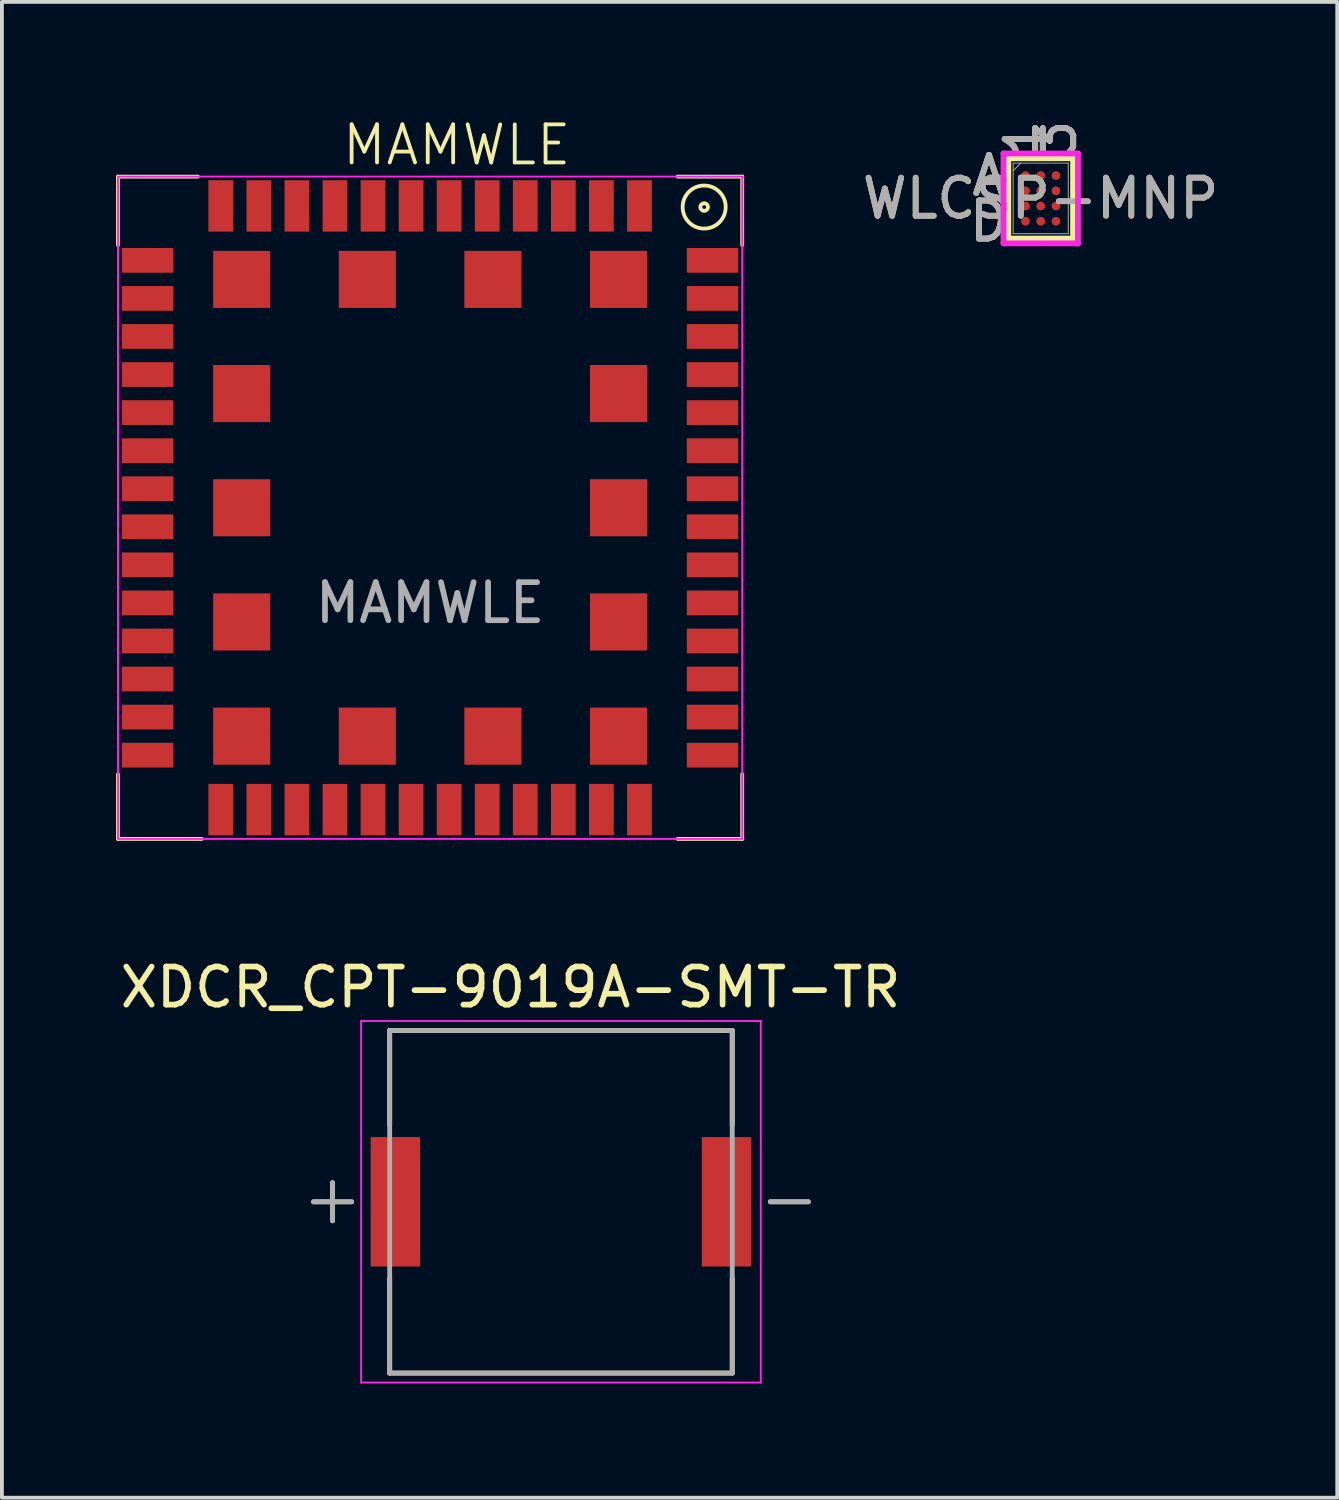
<source format=kicad_pcb>
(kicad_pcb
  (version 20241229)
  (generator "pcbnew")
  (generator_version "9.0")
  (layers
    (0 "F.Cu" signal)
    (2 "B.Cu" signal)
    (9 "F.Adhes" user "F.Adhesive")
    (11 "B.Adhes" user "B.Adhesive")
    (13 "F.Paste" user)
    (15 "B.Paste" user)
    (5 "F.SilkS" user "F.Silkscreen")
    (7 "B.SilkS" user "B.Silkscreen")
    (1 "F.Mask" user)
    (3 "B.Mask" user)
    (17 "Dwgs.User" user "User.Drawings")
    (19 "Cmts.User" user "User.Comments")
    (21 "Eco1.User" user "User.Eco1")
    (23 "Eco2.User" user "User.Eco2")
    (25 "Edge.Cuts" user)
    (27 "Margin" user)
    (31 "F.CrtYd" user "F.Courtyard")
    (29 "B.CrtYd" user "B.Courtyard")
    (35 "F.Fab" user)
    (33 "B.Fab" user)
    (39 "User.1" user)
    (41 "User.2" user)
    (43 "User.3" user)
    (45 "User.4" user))
  (footprint "MAMWLE"
    (layer "F.Cu")
    (at 8.25 10.29)
    (property "Reference" "MAMWLE" (at 0.7 -9.53 0) (unlocked yes) (layer "F.SilkS") (effects (font (size 1 1) (thickness 0.1))))
    (attr smd)
    (fp_line (start -8.2 -8.7) (end -8.2 -6.9) (stroke (width 0.1) (type default)) (layer "F.SilkS"))
    (fp_line (start -8.2 7) (end -8.2 8.7) (stroke (width 0.1) (type default)) (layer "F.SilkS"))
    (fp_line (start -8.2 8.7) (end -6 8.7) (stroke (width 0.1) (type default)) (layer "F.SilkS"))
    (fp_line (start -6.1 -8.7) (end -8.2 -8.7) (stroke (width 0.1) (type default)) (layer "F.SilkS"))
    (fp_line (start 6.5 8.7) (end 8.2 8.7) (stroke (width 0.1) (type default)) (layer "F.SilkS"))
    (fp_line (start 8.2 -8.7) (end 6.5 -8.7) (stroke (width 0.1) (type default)) (layer "F.SilkS"))
    (fp_line (start 8.2 -6.9) (end 8.2 -8.7) (stroke (width 0.1) (type default)) (layer "F.SilkS"))
    (fp_line (start 8.2 8.7) (end 8.2 7) (stroke (width 0.1) (type default)) (layer "F.SilkS"))
    (fp_circle (center 7.2 -7.9) (end 7.3 -7.9) (stroke (width 0.1) (type default)) (fill no) (layer "F.SilkS"))
    (fp_circle (center 7.2 -7.9) (end 7.6 -7.5) (stroke (width 0.1) (type default)) (fill no) (layer "F.SilkS"))
    (fp_rect (start -8.2 -8.7) (end 8.2 8.7) (stroke (width 0.05) (type default)) (fill no) (layer "F.CrtYd"))
    (fp_text user "${REFERENCE}" (at 0 2.5 0) (unlocked yes) (layer "F.Fab") (effects (font (size 1 1) (thickness 0.15))))
    (pad "1" smd rect (at -7.42 -6.5 90) (size 0.65 1.35) (layers "F.Cu" "F.Mask" "F.Paste"))
    (pad "2" smd rect (at -7.42 -5.5 90) (size 0.65 1.35) (layers "F.Cu" "F.Mask" "F.Paste"))
    (pad "3" smd rect (at -7.42 -4.5 90) (size 0.65 1.35) (layers "F.Cu" "F.Mask" "F.Paste"))
    (pad "4" smd rect (at -7.42 -3.5 90) (size 0.65 1.35) (layers "F.Cu" "F.Mask" "F.Paste"))
    (pad "5" smd rect (at -7.42 -2.5 90) (size 0.65 1.35) (layers "F.Cu" "F.Mask" "F.Paste"))
    (pad "6" smd rect (at -7.42 -1.5 90) (size 0.65 1.35) (layers "F.Cu" "F.Mask" "F.Paste"))
    (pad "7" smd rect (at -7.42 -0.5 90) (size 0.65 1.35) (layers "F.Cu" "F.Mask" "F.Paste"))
    (pad "8" smd rect (at -7.42 0.5 90) (size 0.65 1.35) (layers "F.Cu" "F.Mask" "F.Paste"))
    (pad "9" smd rect (at -7.42 1.5 90) (size 0.65 1.35) (layers "F.Cu" "F.Mask" "F.Paste"))
    (pad "10" smd rect (at -7.42 2.5 90) (size 0.65 1.35) (layers "F.Cu" "F.Mask" "F.Paste"))
    (pad "11" smd rect (at -7.42 3.5 90) (size 0.65 1.35) (layers "F.Cu" "F.Mask" "F.Paste"))
    (pad "12" smd rect (at -7.42 4.5 90) (size 0.65 1.35) (layers "F.Cu" "F.Mask" "F.Paste"))
    (pad "13" smd rect (at -7.42 5.5 90) (size 0.65 1.35) (layers "F.Cu" "F.Mask" "F.Paste"))
    (pad "14" smd rect (at -7.42 6.5 90) (size 0.65 1.35) (layers "F.Cu" "F.Mask" "F.Paste"))
    (pad "15" smd rect (at -5.5 7.93) (size 0.65 1.35) (layers "F.Cu" "F.Mask" "F.Paste"))
    (pad "16" smd rect (at -4.5 7.93) (size 0.65 1.35) (layers "F.Cu" "F.Mask" "F.Paste"))
    (pad "17" smd rect (at -3.5 7.93) (size 0.65 1.35) (layers "F.Cu" "F.Mask" "F.Paste"))
    (pad "18" smd rect (at -2.5 7.93) (size 0.65 1.35) (layers "F.Cu" "F.Mask" "F.Paste"))
    (pad "19" smd rect (at -1.5 7.93) (size 0.65 1.35) (layers "F.Cu" "F.Mask" "F.Paste"))
    (pad "20" smd rect (at -0.5 7.93) (size 0.65 1.35) (layers "F.Cu" "F.Mask" "F.Paste"))
    (pad "21" smd rect (at 0.5 7.93) (size 0.65 1.35) (layers "F.Cu" "F.Mask" "F.Paste"))
    (pad "22" smd rect (at 1.5 7.93) (size 0.65 1.35) (layers "F.Cu" "F.Mask" "F.Paste"))
    (pad "23" smd rect (at 2.5 7.93) (size 0.65 1.35) (layers "F.Cu" "F.Mask" "F.Paste"))
    (pad "24" smd rect (at 3.5 7.93) (size 0.65 1.35) (layers "F.Cu" "F.Mask" "F.Paste"))
    (pad "25" smd rect (at 4.5 7.93) (size 0.65 1.35) (layers "F.Cu" "F.Mask" "F.Paste"))
    (pad "26" smd rect (at 5.5 7.93) (size 0.65 1.35) (layers "F.Cu" "F.Mask" "F.Paste"))
    (pad "27" smd rect (at 7.42 6.5 90) (size 0.65 1.35) (layers "F.Cu" "F.Mask" "F.Paste"))
    (pad "28" smd rect (at 7.42 5.5 90) (size 0.65 1.35) (layers "F.Cu" "F.Mask" "F.Paste"))
    (pad "29" smd rect (at 7.42 4.5 90) (size 0.65 1.35) (layers "F.Cu" "F.Mask" "F.Paste"))
    (pad "30" smd rect (at 7.42 3.5 90) (size 0.65 1.35) (layers "F.Cu" "F.Mask" "F.Paste"))
    (pad "31" smd rect (at 7.42 2.5 90) (size 0.65 1.35) (layers "F.Cu" "F.Mask" "F.Paste"))
    (pad "32" smd rect (at 7.42 1.5 90) (size 0.65 1.35) (layers "F.Cu" "F.Mask" "F.Paste"))
    (pad "33" smd rect (at 7.42 0.5 90) (size 0.65 1.35) (layers "F.Cu" "F.Mask" "F.Paste"))
    (pad "34" smd rect (at 7.42 -0.5 90) (size 0.65 1.35) (layers "F.Cu" "F.Mask" "F.Paste"))
    (pad "35" smd rect (at 7.42 -1.5 90) (size 0.65 1.35) (layers "F.Cu" "F.Mask" "F.Paste"))
    (pad "36" smd rect (at 7.42 -2.5 90) (size 0.65 1.35) (layers "F.Cu" "F.Mask" "F.Paste"))
    (pad "37" smd rect (at 7.42 -3.5 90) (size 0.65 1.35) (layers "F.Cu" "F.Mask" "F.Paste"))
    (pad "38" smd rect (at 7.42 -4.5 90) (size 0.65 1.35) (layers "F.Cu" "F.Mask" "F.Paste"))
    (pad "39" smd rect (at 7.42 -5.5 90) (size 0.65 1.35) (layers "F.Cu" "F.Mask" "F.Paste"))
    (pad "40" smd rect (at 7.42 -6.5 90) (size 0.65 1.35) (layers "F.Cu" "F.Mask" "F.Paste"))
    (pad "41" smd rect (at 5.5 -7.93) (size 0.65 1.35) (layers "F.Cu" "F.Mask" "F.Paste"))
    (pad "42" smd rect (at 4.5 -7.93) (size 0.65 1.35) (layers "F.Cu" "F.Mask" "F.Paste"))
    (pad "43" smd rect (at 3.5 -7.93) (size 0.65 1.35) (layers "F.Cu" "F.Mask" "F.Paste"))
    (pad "44" smd rect (at 2.5 -7.93) (size 0.65 1.35) (layers "F.Cu" "F.Mask" "F.Paste"))
    (pad "45" smd rect (at 1.5 -7.93) (size 0.65 1.35) (layers "F.Cu" "F.Mask" "F.Paste"))
    (pad "46" smd rect (at 0.5 -7.93) (size 0.65 1.35) (layers "F.Cu" "F.Mask" "F.Paste"))
    (pad "47" smd rect (at -0.5 -7.93) (size 0.65 1.35) (layers "F.Cu" "F.Mask" "F.Paste"))
    (pad "48" smd rect (at -1.5 -7.93) (size 0.65 1.35) (layers "F.Cu" "F.Mask" "F.Paste"))
    (pad "49" smd rect (at -2.5 -7.93) (size 0.65 1.35) (layers "F.Cu" "F.Mask" "F.Paste"))
    (pad "50" smd rect (at -3.5 -7.93) (size 0.65 1.35) (layers "F.Cu" "F.Mask" "F.Paste"))
    (pad "51" smd rect (at -4.5 -7.93) (size 0.65 1.35) (layers "F.Cu" "F.Mask" "F.Paste"))
    (pad "52" smd rect (at -5.5 -7.93) (size 0.65 1.35) (layers "F.Cu" "F.Mask" "F.Paste"))
    (pad "53" smd rect (at -4.95 -6 90) (size 1.5 1.5) (layers "F.Cu" "F.Mask" "F.Paste"))
    (pad "54" smd rect (at -4.95 -3 90) (size 1.5 1.5) (layers "F.Cu" "F.Mask" "F.Paste"))
    (pad "55" smd rect (at -4.95 0 90) (size 1.5 1.5) (layers "F.Cu" "F.Mask" "F.Paste"))
    (pad "56" smd rect (at -4.95 3 90) (size 1.5 1.5) (layers "F.Cu" "F.Mask" "F.Paste"))
    (pad "57" smd rect (at -4.95 6 90) (size 1.5 1.5) (layers "F.Cu" "F.Mask" "F.Paste"))
    (pad "58" smd rect (at -1.65 6 90) (size 1.5 1.5) (layers "F.Cu" "F.Mask" "F.Paste"))
    (pad "59" smd rect (at 1.65 6 90) (size 1.5 1.5) (layers "F.Cu" "F.Mask" "F.Paste"))
    (pad "60" smd rect (at 4.95 6 90) (size 1.5 1.5) (layers "F.Cu" "F.Mask" "F.Paste"))
    (pad "61" smd rect (at 4.95 3 90) (size 1.5 1.5) (layers "F.Cu" "F.Mask" "F.Paste"))
    (pad "62" smd rect (at 4.95 0 90) (size 1.5 1.5) (layers "F.Cu" "F.Mask" "F.Paste"))
    (pad "63" smd rect (at 4.95 -3 90) (size 1.5 1.5) (layers "F.Cu" "F.Mask" "F.Paste"))
    (pad "64" smd rect (at 4.95 -6 90) (size 1.5 1.5) (layers "F.Cu" "F.Mask" "F.Paste"))
    (pad "65" smd rect (at 1.65 -6 90) (size 1.5 1.5) (layers "F.Cu" "F.Mask" "F.Paste"))
    (pad "66" smd rect (at -1.65 -6 90) (size 1.5 1.5) (layers "F.Cu" "F.Mask" "F.Paste")))
  (footprint "WLCSP-MNP"
    (layer "F.Cu")
    (at 24.292 2.163)
    (property "Reference" "WLCSP-MNP" (at 0 0 0) (unlocked yes) (layer "F.SilkS") (effects (font (size 1 1) (thickness 0.15))))
    (attr smd)
    (fp_line (start -0.851 -1.054) (end -0.851 1.054) (stroke (width 0.152) (type solid)) (layer "F.SilkS"))
    (fp_line (start -0.851 1.054) (end 0.851 1.054) (stroke (width 0.152) (type solid)) (layer "F.SilkS"))
    (fp_line (start 0.851 -1.054) (end -0.851 -1.054) (stroke (width 0.152) (type solid)) (layer "F.SilkS"))
    (fp_line (start 0.851 1.054) (end 0.851 -1.054) (stroke (width 0.152) (type solid)) (layer "F.SilkS"))
    (fp_poly (pts (xy -1.044 -1.244) (xy 1.044 -1.244) (xy 1.044 1.244) (xy -1.044 1.244)) (stroke (width 0.1) (type solid)) (fill no) (layer "Eco2.User"))
    (fp_line (start -0.978 -1.181) (end 0.978 -1.181) (stroke (width 0.152) (type solid)) (layer "F.CrtYd"))
    (fp_line (start -0.978 1.181) (end -0.978 -1.181) (stroke (width 0.152) (type solid)) (layer "F.CrtYd"))
    (fp_line (start 0.978 -1.181) (end 0.978 1.181) (stroke (width 0.152) (type solid)) (layer "F.CrtYd"))
    (fp_line (start 0.978 1.181) (end -0.978 1.181) (stroke (width 0.152) (type solid)) (layer "F.CrtYd"))
    (fp_line (start -0.724 -0.927) (end -0.724 0.927) (stroke (width 0.025) (type solid)) (layer "F.Fab"))
    (fp_line (start -0.724 0.927) (end 0.724 0.927) (stroke (width 0.025) (type solid)) (layer "F.Fab"))
    (fp_line (start -0.524 -0.927) (end -0.724 -0.727) (stroke (width 0.025) (type solid)) (layer "F.Fab"))
    (fp_line (start 0.724 -0.927) (end -0.724 -0.927) (stroke (width 0.025) (type solid)) (layer "F.Fab"))
    (fp_line (start 0.724 0.927) (end 0.724 -0.927) (stroke (width 0.025) (type solid)) (layer "F.Fab"))
    (fp_text user "D" (at -1.359 0.6 0) (unlocked yes) (layer "F.SilkS") (effects (font (size 1 1) (thickness 0.15))))
    (fp_text user "3" (at 0.4 -1.562 90) (unlocked yes) (layer "F.SilkS") (effects (font (size 1 1) (thickness 0.15))))
    (fp_text user "A" (at -1.359 -0.6 0) (unlocked yes) (layer "F.SilkS") (effects (font (size 1 1) (thickness 0.15))))
    (fp_text user "1" (at -0.4 -1.562 90) (unlocked yes) (layer "F.SilkS") (effects (font (size 1 1) (thickness 0.15))))
    (fp_text user "1" (at -0.4 -1.562 90) (unlocked yes) (layer "B.SilkS") (effects (font (size 1 1) (thickness 0.15))))
    (fp_text user "3" (at 0.4 -1.562 90) (unlocked yes) (layer "B.SilkS") (effects (font (size 1 1) (thickness 0.15))))
    (fp_text user "A" (at -1.359 -0.6 0) (unlocked yes) (layer "B.SilkS") (effects (font (size 1 1) (thickness 0.15))))
    (fp_text user "D" (at -1.359 0.6 0) (unlocked yes) (layer "B.SilkS") (effects (font (size 1 1) (thickness 0.15))))
    (fp_text user "1" (at -0.4 -1.562 90) (unlocked yes) (layer "F.Fab") (effects (font (size 1 1) (thickness 0.15))))
    (fp_text user "A" (at -1.359 -0.6 0) (unlocked yes) (layer "F.Fab") (effects (font (size 1 1) (thickness 0.15))))
    (fp_text user "D" (at -1.359 0.6 0) (unlocked yes) (layer "F.Fab") (effects (font (size 1 1) (thickness 0.15))))
    (fp_text user "3" (at 0.4 -1.562 90) (unlocked yes) (layer "F.Fab") (effects (font (size 1 1) (thickness 0.15))))
    (fp_text user "${REFERENCE}" (at 0 0 0) (unlocked yes) (layer "F.Fab") (effects (font (size 1 1) (thickness 0.15))))
    (pad "A1" smd circle (at -0.4 -0.6) (size 0.229 0.229) (layers "F.Cu" "F.Mask" "F.Paste"))
    (pad "A2" smd circle (at 0 -0.6) (size 0.229 0.229) (layers "F.Cu" "F.Mask" "F.Paste"))
    (pad "A3" smd circle (at 0.4 -0.6) (size 0.229 0.229) (layers "F.Cu" "F.Mask" "F.Paste"))
    (pad "B1" smd circle (at -0.4 -0.2) (size 0.229 0.229) (layers "F.Cu" "F.Mask" "F.Paste"))
    (pad "B2" smd circle (at 0 -0.2) (size 0.229 0.229) (layers "F.Cu" "F.Mask" "F.Paste"))
    (pad "B3" smd circle (at 0.4 -0.2) (size 0.229 0.229) (layers "F.Cu" "F.Mask" "F.Paste"))
    (pad "C1" smd circle (at -0.4 0.2) (size 0.229 0.229) (layers "F.Cu" "F.Mask" "F.Paste"))
    (pad "C2" smd circle (at 0 0.2) (size 0.229 0.229) (layers "F.Cu" "F.Mask" "F.Paste"))
    (pad "C3" smd circle (at 0.4 0.2) (size 0.229 0.229) (layers "F.Cu" "F.Mask" "F.Paste"))
    (pad "D1" smd circle (at -0.4 0.6) (size 0.229 0.229) (layers "F.Cu" "F.Mask" "F.Paste"))
    (pad "D2" smd circle (at 0 0.6) (size 0.229 0.229) (layers "F.Cu" "F.Mask" "F.Paste"))
    (pad "D3" smd circle (at 0.4 0.6) (size 0.229 0.229) (layers "F.Cu" "F.Mask" "F.Paste")))
  (footprint "XDCR_CPT-9019A-SMT-TR"
    (layer "F.Cu")
    (at 11.688 28.524)
    (property "Reference" "XDCR_CPT-9019A-SMT-TR" (at -1.325 -5.635 0) (layer "F.SilkS") (effects (font (size 1 1) (thickness 0.15))))
    (attr smd)
    (fp_line (start -6.5 0) (end -5.5 0) (stroke (width 0.127) (type solid)) (layer "F.SilkS"))
    (fp_line (start -6 -0.5) (end -6 0.5) (stroke (width 0.127) (type solid)) (layer "F.SilkS"))
    (fp_line (start -4.5 -4.5) (end 4.5 -4.5) (stroke (width 0.127) (type solid)) (layer "F.SilkS"))
    (fp_line (start -4.5 -2.02) (end -4.5 -4.5) (stroke (width 0.127) (type solid)) (layer "F.SilkS"))
    (fp_line (start -4.5 4.5) (end -4.5 2.02) (stroke (width 0.127) (type solid)) (layer "F.SilkS"))
    (fp_line (start 4.5 -4.5) (end 4.5 -2.02) (stroke (width 0.127) (type solid)) (layer "F.SilkS"))
    (fp_line (start 4.5 2.02) (end 4.5 4.5) (stroke (width 0.127) (type solid)) (layer "F.SilkS"))
    (fp_line (start 4.5 4.5) (end -4.5 4.5) (stroke (width 0.127) (type solid)) (layer "F.SilkS"))
    (fp_line (start 5.5 0) (end 6.5 0) (stroke (width 0.127) (type solid)) (layer "F.SilkS"))
    (fp_line (start -5.25 -4.75) (end 5.25 -4.75) (stroke (width 0.05) (type solid)) (layer "F.CrtYd"))
    (fp_line (start -5.25 4.75) (end -5.25 -4.75) (stroke (width 0.05) (type solid)) (layer "F.CrtYd"))
    (fp_line (start 5.25 -4.75) (end 5.25 4.75) (stroke (width 0.05) (type solid)) (layer "F.CrtYd"))
    (fp_line (start 5.25 4.75) (end -5.25 4.75) (stroke (width 0.05) (type solid)) (layer "F.CrtYd"))
    (fp_line (start -6 -0.5) (end -6 0.5) (stroke (width 0.127) (type solid)) (layer "F.Fab"))
    (fp_line (start -5.5 0) (end -6.5 0) (stroke (width 0.127) (type solid)) (layer "F.Fab"))
    (fp_line (start -4.5 -4.5) (end 4.5 -4.5) (stroke (width 0.127) (type solid)) (layer "F.Fab"))
    (fp_line (start -4.5 4.5) (end -4.5 -4.5) (stroke (width 0.127) (type solid)) (layer "F.Fab"))
    (fp_line (start 4.5 -4.5) (end 4.5 4.5) (stroke (width 0.127) (type solid)) (layer "F.Fab"))
    (fp_line (start 4.5 4.5) (end -4.5 4.5) (stroke (width 0.127) (type solid)) (layer "F.Fab"))
    (fp_line (start 5.5 0) (end 6.5 0) (stroke (width 0.127) (type solid)) (layer "F.Fab"))
    (pad "N" smd rect (at 4.35 0) (size 1.3 3.4) (layers "F.Cu" "F.Mask" "F.Paste"))
    (pad "P" smd rect (at -4.35 0) (size 1.3 3.4) (layers "F.Cu" "F.Mask" "F.Paste")))
  (gr_rect
    (start -3 -3)
    (end 32.083 36.299)
    (stroke (width 0.1) (type default))
    (fill no)
    (layer "Edge.Cuts")))
</source>
